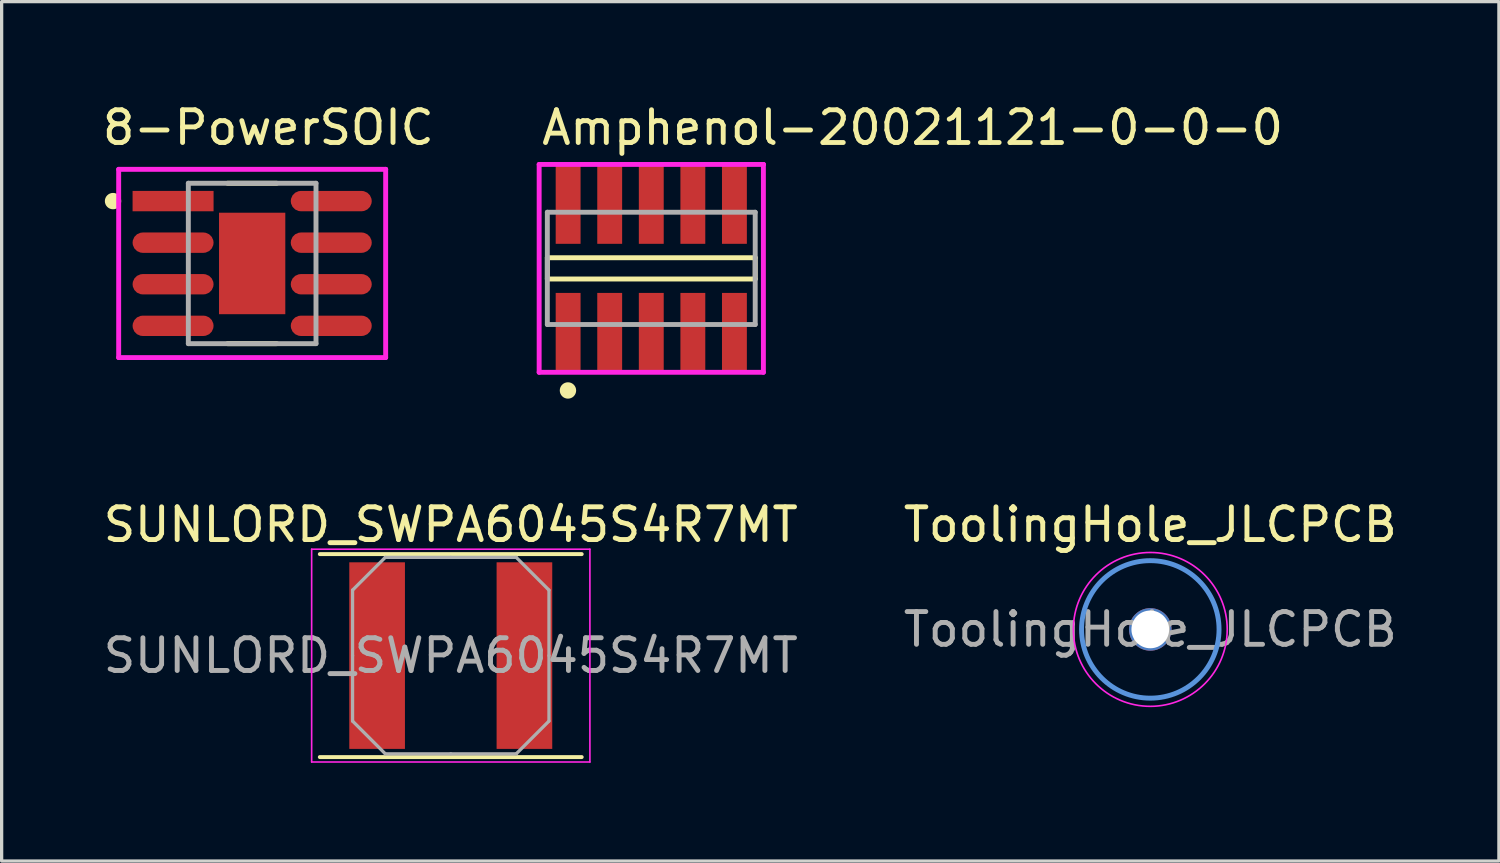
<source format=kicad_pcb>
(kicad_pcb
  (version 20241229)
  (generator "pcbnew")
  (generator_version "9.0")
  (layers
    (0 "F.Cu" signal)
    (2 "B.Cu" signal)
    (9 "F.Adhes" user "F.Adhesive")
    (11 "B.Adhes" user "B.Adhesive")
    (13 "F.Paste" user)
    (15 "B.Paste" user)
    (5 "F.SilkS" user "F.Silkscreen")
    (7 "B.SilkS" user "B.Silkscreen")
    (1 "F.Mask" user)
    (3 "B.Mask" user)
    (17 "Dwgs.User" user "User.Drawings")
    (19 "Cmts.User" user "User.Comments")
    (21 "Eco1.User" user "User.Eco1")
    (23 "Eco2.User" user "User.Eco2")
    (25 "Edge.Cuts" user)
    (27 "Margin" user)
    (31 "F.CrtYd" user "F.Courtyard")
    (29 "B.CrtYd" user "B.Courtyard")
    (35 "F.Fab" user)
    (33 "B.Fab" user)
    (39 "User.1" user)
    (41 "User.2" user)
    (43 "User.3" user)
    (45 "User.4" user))
  (footprint "8-PowerSOIC"
    (layer "F.Cu")
    (at 4.653 4.998)
    (property "Reference" "8-PowerSOIC" (at -4.653 -4.15 0) (layer "F.SilkS") (effects (font (size 1 1) (thickness 0.15)) (justify left)))
    (attr through_hole)
    (fp_line (start 0.75 -2.45) (end -0.75 -2.45) (stroke (width 0.15) (type solid)) (layer "F.SilkS"))
    (fp_line (start 0.75 2.45) (end -0.75 2.45) (stroke (width 0.15) (type solid)) (layer "F.SilkS"))
    (fp_circle (center -4.25 -1.905) (end -4.125 -1.905) (stroke (width 0.25) (type solid)) (fill no) (layer "F.SilkS"))
    (fp_poly (pts (xy -0.568 -1.105) (xy 0.568 -1.105) (xy 0.568 1.105) (xy -0.568 1.105)) (stroke (width 0) (type solid)) (fill yes) (layer "F.Paste"))
    (fp_line (start -4.078 -2.875) (end -4.078 2.875) (stroke (width 0.15) (type solid)) (layer "F.CrtYd"))
    (fp_line (start -4.078 2.875) (end 4.078 2.875) (stroke (width 0.15) (type solid)) (layer "F.CrtYd"))
    (fp_line (start 4.078 -2.875) (end -4.078 -2.875) (stroke (width 0.15) (type solid)) (layer "F.CrtYd"))
    (fp_line (start 4.078 -2.875) (end 4.078 -2.875) (stroke (width 0.15) (type solid)) (layer "F.CrtYd"))
    (fp_line (start 4.078 2.875) (end 4.078 -2.875) (stroke (width 0.15) (type solid)) (layer "F.CrtYd"))
    (fp_line (start -1.95 -2.45) (end 1.95 -2.45) (stroke (width 0.15) (type solid)) (layer "F.Fab"))
    (fp_line (start -1.95 2.45) (end -1.95 -2.45) (stroke (width 0.15) (type solid)) (layer "F.Fab"))
    (fp_line (start 1.95 -2.45) (end 1.95 2.45) (stroke (width 0.15) (type solid)) (layer "F.Fab"))
    (fp_line (start 1.95 2.45) (end -1.95 2.45) (stroke (width 0.15) (type solid)) (layer "F.Fab"))
    (pad "1" smd rect (at -2.416 -1.905) (size 2.474 0.622) (layers "F.Cu" "F.Mask" "F.Paste"))
    (pad "2" smd roundrect (at -2.416 -0.635) (size 2.474 0.622) (layers "F.Cu" "F.Mask" "F.Paste") (roundrect_rratio 0.5))
    (pad "3" smd roundrect (at -2.416 0.635) (size 2.474 0.622) (layers "F.Cu" "F.Mask" "F.Paste") (roundrect_rratio 0.5))
    (pad "4" smd roundrect (at -2.416 1.905) (size 2.474 0.622) (layers "F.Cu" "F.Mask" "F.Paste") (roundrect_rratio 0.5))
    (pad "5" smd roundrect (at 2.416 1.905) (size 2.474 0.622) (layers "F.Cu" "F.Mask" "F.Paste") (roundrect_rratio 0.5))
    (pad "6" smd roundrect (at 2.416 0.635) (size 2.474 0.622) (layers "F.Cu" "F.Mask" "F.Paste") (roundrect_rratio 0.5))
    (pad "7" smd roundrect (at 2.416 -0.635) (size 2.474 0.622) (layers "F.Cu" "F.Mask" "F.Paste") (roundrect_rratio 0.5))
    (pad "8" smd roundrect (at 2.416 -1.905) (size 2.474 0.622) (layers "F.Cu" "F.Mask" "F.Paste") (roundrect_rratio 0.5))
    (pad "9" smd rect (at 0 0) (size 2.025 3.1) (layers "F.Cu" "F.Mask")))
  (footprint "SUNLORD_SWPA6045S4R7MT"
    (layer "F.Cu")
    (at 10.72 16.977)
    (property "Reference" "SUNLORD_SWPA6045S4R7MT" (at 0 -4 0) (layer "F.SilkS") (effects (font (size 1 1) (thickness 0.15))))
    (attr smd)
    (fp_line (start -4 -3.1) (end 4 -3.1) (stroke (width 0.12) (type solid)) (layer "F.SilkS"))
    (fp_line (start -4 3.1) (end 4 3.1) (stroke (width 0.12) (type solid)) (layer "F.SilkS"))
    (fp_line (start -4.25 -3.25) (end -4.25 3.25) (stroke (width 0.05) (type solid)) (layer "F.CrtYd"))
    (fp_line (start -4.25 3.25) (end 4.25 3.25) (stroke (width 0.05) (type solid)) (layer "F.CrtYd"))
    (fp_line (start 4.25 -3.25) (end -4.25 -3.25) (stroke (width 0.05) (type solid)) (layer "F.CrtYd"))
    (fp_line (start 4.25 3.25) (end 4.25 -3.25) (stroke (width 0.05) (type solid)) (layer "F.CrtYd"))
    (fp_line (start -3 -2) (end -2 -3) (stroke (width 0.1) (type solid)) (layer "F.Fab"))
    (fp_line (start -3 0) (end -3 -2) (stroke (width 0.1) (type solid)) (layer "F.Fab"))
    (fp_line (start -3 0) (end -3 2) (stroke (width 0.1) (type solid)) (layer "F.Fab"))
    (fp_line (start -3 2) (end -2 3) (stroke (width 0.1) (type solid)) (layer "F.Fab"))
    (fp_line (start -2 -3) (end 0 -3) (stroke (width 0.1) (type solid)) (layer "F.Fab"))
    (fp_line (start -2 3) (end 0 3) (stroke (width 0.1) (type solid)) (layer "F.Fab"))
    (fp_line (start 2 -3) (end 0 -3) (stroke (width 0.1) (type solid)) (layer "F.Fab"))
    (fp_line (start 2 3) (end 0 3) (stroke (width 0.1) (type solid)) (layer "F.Fab"))
    (fp_line (start 3 -2) (end 2 -3) (stroke (width 0.1) (type solid)) (layer "F.Fab"))
    (fp_line (start 3 0) (end 3 -2) (stroke (width 0.1) (type solid)) (layer "F.Fab"))
    (fp_line (start 3 0) (end 3 2) (stroke (width 0.1) (type solid)) (layer "F.Fab"))
    (fp_line (start 3 2) (end 2 3) (stroke (width 0.1) (type solid)) (layer "F.Fab"))
    (fp_text user "${REFERENCE}" (at 0 0 0) (layer "F.Fab") (effects (font (size 1 1) (thickness 0.15))))
    (pad "1" smd rect (at -2.25 0) (size 1.7 5.7) (layers "F.Cu" "F.Mask" "F.Paste"))
    (pad "2" smd rect (at 2.25 0) (size 1.7 5.7) (layers "F.Cu" "F.Mask" "F.Paste")))
  (footprint "ToolingHole_JLCPCB"
    (layer "F.Cu")
    (at 32.089 16.177)
    (property "Reference" "ToolingHole_JLCPCB" (at 0 -3.2 0) (layer "F.SilkS") (effects (font (size 1 1) (thickness 0.15))))
    (attr exclude_from_pos_files exclude_from_bom)
    (fp_circle (center 0 0) (end 2.1 0) (stroke (width 0.15) (type solid)) (fill no) (layer "Cmts.User"))
    (fp_circle (center 0 0) (end 2.35 0) (stroke (width 0.05) (type solid)) (fill no) (layer "F.CrtYd"))
    (fp_text user "${REFERENCE}" (at 0 0 0) (layer "F.Fab") (effects (font (size 1 1) (thickness 0.15))))
    (pad "" np_thru_hole circle (at 0 0) (size 1.3 1.3) (drill 1.152) (layers "*.Cu" "*.Mask")))
  (footprint "Amphenol-20021121-0-0-0"
    (layer "F.Cu")
    (at 16.845 5.148)
    (property "Reference" "Amphenol-20021121-0-0-0" (at -3.425 -4.3 0) (layer "F.SilkS") (effects (font (size 1 1) (thickness 0.15)) (justify left)))
    (attr through_hole)
    (fp_line (start -3.175 -0.325) (end 3.175 -0.325) (stroke (width 0.15) (type solid)) (layer "F.SilkS"))
    (fp_line (start -3.175 0.325) (end -3.175 -0.325) (stroke (width 0.15) (type solid)) (layer "F.SilkS"))
    (fp_line (start 3.175 -0.325) (end 3.175 0.325) (stroke (width 0.15) (type solid)) (layer "F.SilkS"))
    (fp_line (start 3.175 0.325) (end -3.175 0.325) (stroke (width 0.15) (type solid)) (layer "F.SilkS"))
    (fp_circle (center -2.545 3.73) (end -2.42 3.73) (stroke (width 0.25) (type solid)) (fill no) (layer "F.SilkS"))
    (fp_line (start -3.425 -3.175) (end -3.425 3.175) (stroke (width 0.15) (type solid)) (layer "F.CrtYd"))
    (fp_line (start -3.425 3.175) (end 3.425 3.175) (stroke (width 0.15) (type solid)) (layer "F.CrtYd"))
    (fp_line (start 3.425 -3.175) (end -3.425 -3.175) (stroke (width 0.15) (type solid)) (layer "F.CrtYd"))
    (fp_line (start 3.425 -3.175) (end 3.425 -3.175) (stroke (width 0.15) (type solid)) (layer "F.CrtYd"))
    (fp_line (start 3.425 3.175) (end 3.425 -3.175) (stroke (width 0.15) (type solid)) (layer "F.CrtYd"))
    (fp_line (start -3.175 -1.715) (end 3.175 -1.715) (stroke (width 0.15) (type solid)) (layer "F.Fab"))
    (fp_line (start -3.175 1.715) (end -3.175 -1.715) (stroke (width 0.15) (type solid)) (layer "F.Fab"))
    (fp_line (start 3.175 -1.715) (end 3.175 1.715) (stroke (width 0.15) (type solid)) (layer "F.Fab"))
    (fp_line (start 3.175 1.715) (end -3.175 1.715) (stroke (width 0.15) (type solid)) (layer "F.Fab"))
    (pad "1" smd rect (at -2.54 1.95) (size 0.76 2.4) (layers "F.Cu" "F.Mask" "F.Paste"))
    (pad "2" smd rect (at -2.54 -1.95) (size 0.76 2.4) (layers "F.Cu" "F.Mask" "F.Paste"))
    (pad "3" smd rect (at -1.27 1.95) (size 0.76 2.4) (layers "F.Cu" "F.Mask" "F.Paste"))
    (pad "4" smd rect (at -1.27 -1.95) (size 0.76 2.4) (layers "F.Cu" "F.Mask" "F.Paste"))
    (pad "5" smd rect (at 0 1.95) (size 0.76 2.4) (layers "F.Cu" "F.Mask" "F.Paste"))
    (pad "6" smd rect (at 0 -1.95) (size 0.76 2.4) (layers "F.Cu" "F.Mask" "F.Paste"))
    (pad "7" smd rect (at 1.27 1.95) (size 0.76 2.4) (layers "F.Cu" "F.Mask" "F.Paste"))
    (pad "8" smd rect (at 1.27 -1.95) (size 0.76 2.4) (layers "F.Cu" "F.Mask" "F.Paste"))
    (pad "9" smd rect (at 2.54 1.95) (size 0.76 2.4) (layers "F.Cu" "F.Mask" "F.Paste"))
    (pad "10" smd rect (at 2.54 -1.95) (size 0.76 2.4) (layers "F.Cu" "F.Mask" "F.Paste")))
  (gr_rect
    (start -3 -3)
    (end 42.738 23.252)
    (stroke (width 0.1) (type default))
    (fill no)
    (layer "Edge.Cuts")))
</source>
